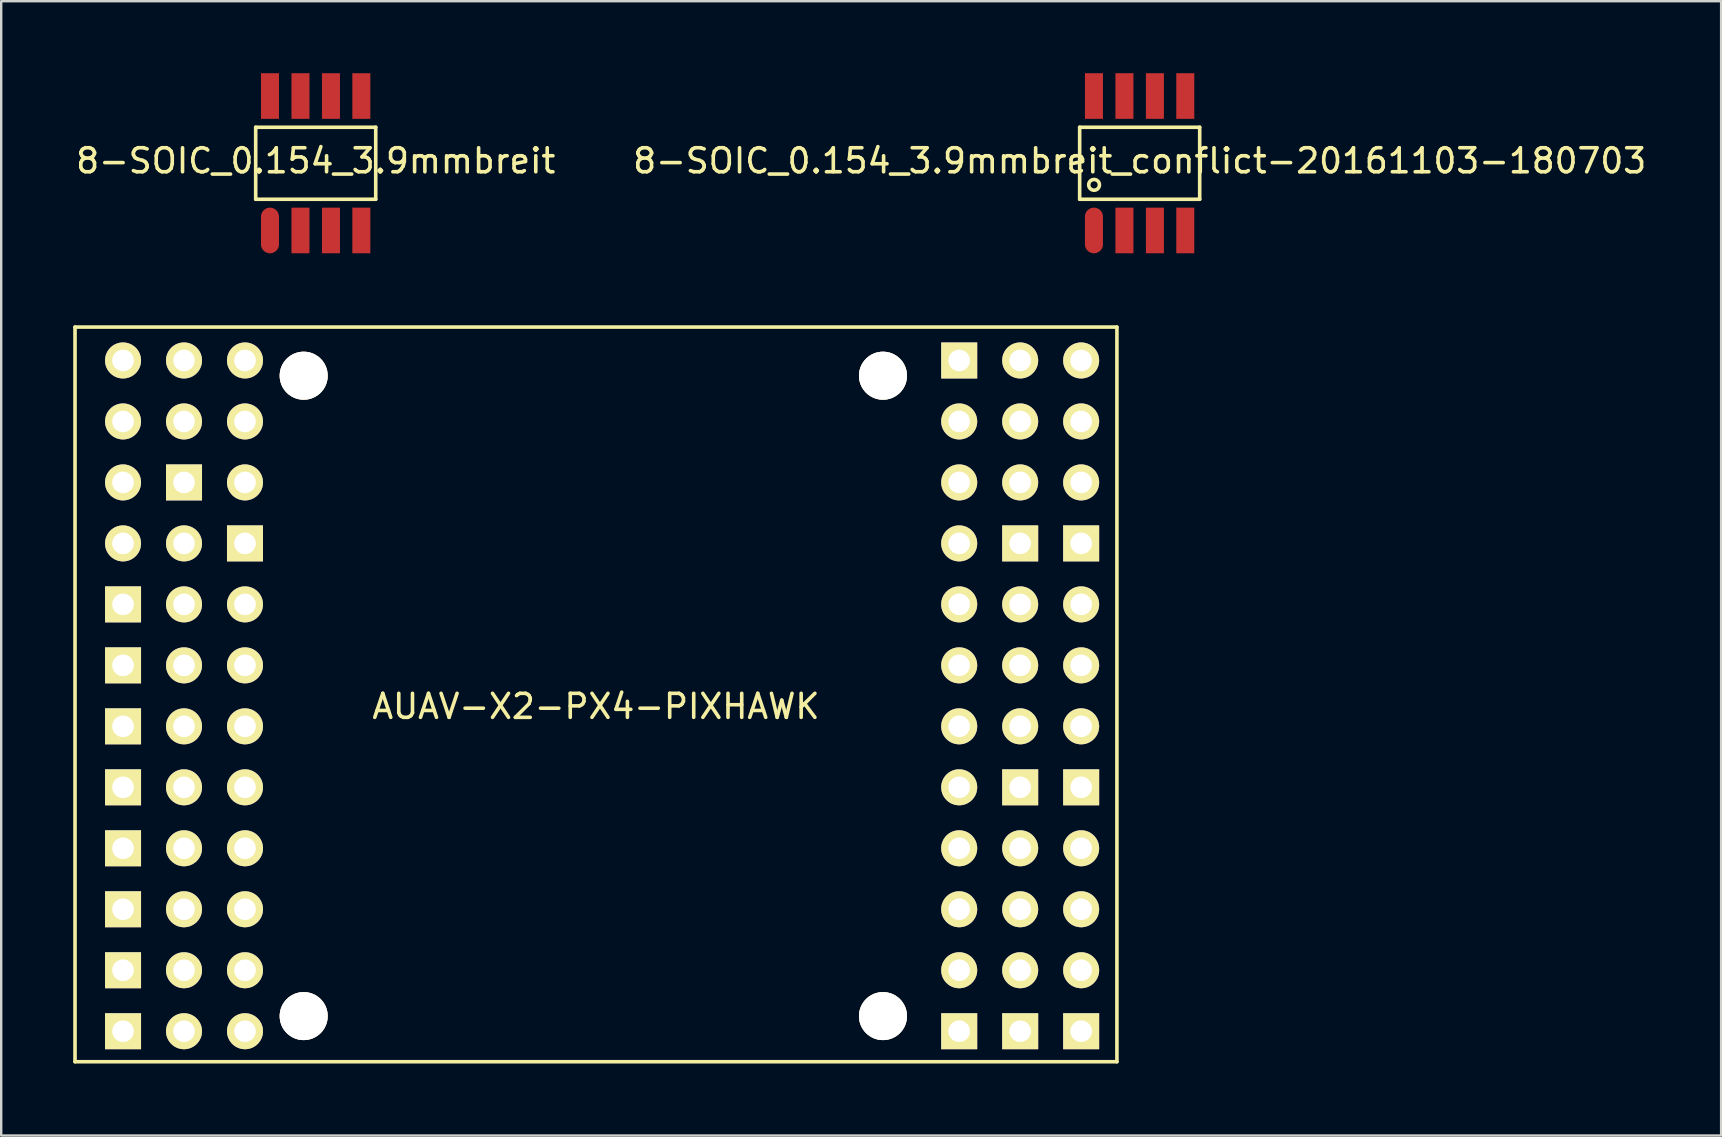
<source format=kicad_pcb>
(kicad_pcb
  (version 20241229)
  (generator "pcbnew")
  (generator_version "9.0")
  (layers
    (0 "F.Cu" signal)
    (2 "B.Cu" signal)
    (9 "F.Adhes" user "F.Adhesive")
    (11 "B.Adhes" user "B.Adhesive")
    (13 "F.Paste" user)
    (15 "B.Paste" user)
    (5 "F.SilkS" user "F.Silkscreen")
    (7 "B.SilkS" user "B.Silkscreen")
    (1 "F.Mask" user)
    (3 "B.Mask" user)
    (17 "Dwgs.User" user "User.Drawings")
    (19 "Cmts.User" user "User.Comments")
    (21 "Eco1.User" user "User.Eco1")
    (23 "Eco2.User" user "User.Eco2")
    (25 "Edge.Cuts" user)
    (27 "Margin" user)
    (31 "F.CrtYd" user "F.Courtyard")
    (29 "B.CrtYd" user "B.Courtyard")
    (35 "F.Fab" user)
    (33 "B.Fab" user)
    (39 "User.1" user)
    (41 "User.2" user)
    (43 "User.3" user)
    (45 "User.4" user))
  (footprint "AUAV-X2-PX4-PIXHAWK"
    (layer "F.Cu")
    (at 21.775 25.875)
    (property "Reference" "AUAV-X2-PX4-PIXHAWK" (at 0 0.5 0) (layer "F.SilkS") (effects (font (size 1 1) (thickness 0.15))))
    (attr through_hole)
    (fp_line (start -21.7 -15.3) (end -21.7 15.3) (stroke (width 0.15) (type solid)) (layer "F.SilkS"))
    (fp_line (start -21.7 -15.3) (end 21.7 -15.3) (stroke (width 0.15) (type solid)) (layer "F.SilkS"))
    (fp_line (start -21.7 15.3) (end 21.7 15.3) (stroke (width 0.15) (type solid)) (layer "F.SilkS"))
    (fp_line (start 21.7 15.3) (end 21.7 -15.3) (stroke (width 0.15) (type solid)) (layer "F.SilkS"))
    (pad "1" thru_hole circle (at -14.62 14.03) (size 1.5 1.5) (drill 0.9) (layers "*.Cu" "*.Mask" "F.SilkS"))
    (pad "2" thru_hole circle (at -17.16 14.03) (size 1.5 1.5) (drill 0.9) (layers "*.Cu" "*.Mask" "F.SilkS"))
    (pad "3" thru_hole rect (at -19.7 14.03) (size 1.5 1.5) (drill 0.9) (layers "*.Cu" "*.Mask" "F.SilkS"))
    (pad "4" thru_hole circle (at -14.62 11.49) (size 1.5 1.5) (drill 0.9) (layers "*.Cu" "*.Mask" "F.SilkS"))
    (pad "5" thru_hole circle (at -17.16 11.49) (size 1.5 1.5) (drill 0.9) (layers "*.Cu" "*.Mask" "F.SilkS"))
    (pad "6" thru_hole rect (at -19.7 11.49) (size 1.5 1.5) (drill 0.9) (layers "*.Cu" "*.Mask" "F.SilkS"))
    (pad "7" thru_hole circle (at -14.62 8.95) (size 1.5 1.5) (drill 0.9) (layers "*.Cu" "*.Mask" "F.SilkS"))
    (pad "8" thru_hole circle (at -17.16 8.95) (size 1.5 1.5) (drill 0.9) (layers "*.Cu" "*.Mask" "F.SilkS"))
    (pad "9" thru_hole rect (at -19.7 8.95) (size 1.5 1.5) (drill 0.9) (layers "*.Cu" "*.Mask" "F.SilkS"))
    (pad "10" thru_hole circle (at -14.62 6.41) (size 1.5 1.5) (drill 0.9) (layers "*.Cu" "*.Mask" "F.SilkS"))
    (pad "11" thru_hole circle (at -17.16 6.41) (size 1.5 1.5) (drill 0.9) (layers "*.Cu" "*.Mask" "F.SilkS"))
    (pad "12" thru_hole rect (at -19.7 6.41) (size 1.5 1.5) (drill 0.9) (layers "*.Cu" "*.Mask" "F.SilkS"))
    (pad "13" thru_hole circle (at -14.62 3.87) (size 1.5 1.5) (drill 0.9) (layers "*.Cu" "*.Mask" "F.SilkS"))
    (pad "14" thru_hole circle (at -17.16 3.87) (size 1.5 1.5) (drill 0.9) (layers "*.Cu" "*.Mask" "F.SilkS"))
    (pad "15" thru_hole rect (at -19.7 3.87) (size 1.5 1.5) (drill 0.9) (layers "*.Cu" "*.Mask" "F.SilkS"))
    (pad "16" thru_hole circle (at -14.62 1.33) (size 1.5 1.5) (drill 0.9) (layers "*.Cu" "*.Mask" "F.SilkS"))
    (pad "17" thru_hole circle (at -17.16 1.33) (size 1.5 1.5) (drill 0.9) (layers "*.Cu" "*.Mask" "F.SilkS"))
    (pad "18" thru_hole rect (at -19.7 1.33) (size 1.5 1.5) (drill 0.9) (layers "*.Cu" "*.Mask" "F.SilkS"))
    (pad "19" thru_hole circle (at -14.62 -1.21) (size 1.5 1.5) (drill 0.9) (layers "*.Cu" "*.Mask" "F.SilkS"))
    (pad "20" thru_hole circle (at -17.16 -1.21) (size 1.5 1.5) (drill 0.9) (layers "*.Cu" "*.Mask" "F.SilkS"))
    (pad "21" thru_hole rect (at -19.7 -1.21) (size 1.5 1.5) (drill 0.9) (layers "*.Cu" "*.Mask" "F.SilkS"))
    (pad "22" thru_hole circle (at -14.62 -3.75) (size 1.5 1.5) (drill 0.9) (layers "*.Cu" "*.Mask" "F.SilkS"))
    (pad "23" thru_hole circle (at -17.16 -3.75) (size 1.5 1.5) (drill 0.9) (layers "*.Cu" "*.Mask" "F.SilkS"))
    (pad "24" thru_hole rect (at -19.7 -3.75) (size 1.5 1.5) (drill 0.9) (layers "*.Cu" "*.Mask" "F.SilkS"))
    (pad "25" thru_hole circle (at -14.62 -13.91) (size 1.5 1.5) (drill 0.9) (layers "*.Cu" "*.Mask" "F.SilkS"))
    (pad "26" thru_hole circle (at -14.62 -11.37) (size 1.5 1.5) (drill 0.9) (layers "*.Cu" "*.Mask" "F.SilkS"))
    (pad "27" thru_hole circle (at -14.62 -8.83) (size 1.5 1.5) (drill 0.9) (layers "*.Cu" "*.Mask" "F.SilkS"))
    (pad "28" thru_hole rect (at -14.62 -6.29) (size 1.5 1.5) (drill 0.9) (layers "*.Cu" "*.Mask" "F.SilkS"))
    (pad "29" thru_hole circle (at -17.16 -11.37) (size 1.5 1.5) (drill 0.9) (layers "*.Cu" "*.Mask" "F.SilkS"))
    (pad "30" thru_hole rect (at -17.16 -8.83) (size 1.5 1.5) (drill 0.9) (layers "*.Cu" "*.Mask" "F.SilkS"))
    (pad "31" thru_hole circle (at -17.16 -6.29) (size 1.5 1.5) (drill 0.9) (layers "*.Cu" "*.Mask" "F.SilkS"))
    (pad "32" thru_hole circle (at -19.7 -11.37) (size 1.5 1.5) (drill 0.9) (layers "*.Cu" "*.Mask" "F.SilkS"))
    (pad "33" thru_hole circle (at -19.7 -8.83) (size 1.5 1.5) (drill 0.9) (layers "*.Cu" "*.Mask" "F.SilkS"))
    (pad "34" thru_hole circle (at -19.7 -6.29) (size 1.5 1.5) (drill 0.9) (layers "*.Cu" "*.Mask" "F.SilkS"))
    (pad "35" thru_hole circle (at -19.7 -13.91) (size 1.5 1.5) (drill 0.9) (layers "*.Cu" "*.Mask" "F.SilkS"))
    (pad "36" thru_hole circle (at -17.16 -13.91) (size 1.5 1.5) (drill 0.9) (layers "*.Cu" "*.Mask" "F.SilkS"))
    (pad "37" thru_hole rect (at 15.13 14.03) (size 1.5 1.5) (drill 0.9) (layers "*.Cu" "*.Mask" "F.SilkS"))
    (pad "38" thru_hole circle (at 15.13 11.49) (size 1.5 1.5) (drill 0.9) (layers "*.Cu" "*.Mask" "F.SilkS"))
    (pad "39" thru_hole circle (at 15.13 8.95) (size 1.5 1.5) (drill 0.9) (layers "*.Cu" "*.Mask" "F.SilkS"))
    (pad "40" thru_hole circle (at 15.13 6.41) (size 1.5 1.5) (drill 0.9) (layers "*.Cu" "*.Mask" "F.SilkS"))
    (pad "41" thru_hole circle (at 15.13 3.87) (size 1.5 1.5) (drill 0.9) (layers "*.Cu" "*.Mask" "F.SilkS"))
    (pad "42" thru_hole circle (at 15.13 1.33) (size 1.5 1.5) (drill 0.9) (layers "*.Cu" "*.Mask" "F.SilkS"))
    (pad "43" thru_hole circle (at 15.13 -1.21) (size 1.5 1.5) (drill 0.9) (layers "*.Cu" "*.Mask" "F.SilkS"))
    (pad "44" thru_hole circle (at 15.13 -3.75) (size 1.5 1.5) (drill 0.9) (layers "*.Cu" "*.Mask" "F.SilkS"))
    (pad "45" thru_hole circle (at 15.13 -6.29) (size 1.5 1.5) (drill 0.9) (layers "*.Cu" "*.Mask" "F.SilkS"))
    (pad "46" thru_hole circle (at 15.13 -8.83) (size 1.5 1.5) (drill 0.9) (layers "*.Cu" "*.Mask" "F.SilkS"))
    (pad "47" thru_hole circle (at 15.13 -11.37) (size 1.5 1.5) (drill 0.9) (layers "*.Cu" "*.Mask" "F.SilkS"))
    (pad "48" thru_hole rect (at 15.13 -13.91) (size 1.5 1.5) (drill 0.9) (layers "*.Cu" "*.Mask" "F.SilkS"))
    (pad "49" thru_hole rect (at 17.67 14.03) (size 1.5 1.5) (drill 0.9) (layers "*.Cu" "*.Mask" "F.SilkS"))
    (pad "50" thru_hole circle (at 17.67 11.49) (size 1.5 1.5) (drill 0.9) (layers "*.Cu" "*.Mask" "F.SilkS"))
    (pad "51" thru_hole circle (at 17.67 8.95) (size 1.5 1.5) (drill 0.9) (layers "*.Cu" "*.Mask" "F.SilkS"))
    (pad "52" thru_hole circle (at 17.67 6.41) (size 1.5 1.5) (drill 0.9) (layers "*.Cu" "*.Mask" "F.SilkS"))
    (pad "53" thru_hole rect (at 17.67 3.87) (size 1.5 1.5) (drill 0.9) (layers "*.Cu" "*.Mask" "F.SilkS"))
    (pad "54" thru_hole circle (at 17.67 1.33) (size 1.5 1.5) (drill 0.9) (layers "*.Cu" "*.Mask" "F.SilkS"))
    (pad "55" thru_hole circle (at 17.67 -1.21) (size 1.5 1.5) (drill 0.9) (layers "*.Cu" "*.Mask" "F.SilkS"))
    (pad "56" thru_hole circle (at 17.67 -3.75) (size 1.5 1.5) (drill 0.9) (layers "*.Cu" "*.Mask" "F.SilkS"))
    (pad "57" thru_hole rect (at 17.67 -6.29) (size 1.5 1.5) (drill 0.9) (layers "*.Cu" "*.Mask" "F.SilkS"))
    (pad "58" thru_hole circle (at 17.67 -8.83) (size 1.5 1.5) (drill 0.9) (layers "*.Cu" "*.Mask" "F.SilkS"))
    (pad "59" thru_hole circle (at 17.67 -11.37) (size 1.5 1.5) (drill 0.9) (layers "*.Cu" "*.Mask" "F.SilkS"))
    (pad "60" thru_hole circle (at 17.67 -13.91) (size 1.5 1.5) (drill 0.9) (layers "*.Cu" "*.Mask" "F.SilkS"))
    (pad "61" thru_hole rect (at 20.21 14.03) (size 1.5 1.5) (drill 0.9) (layers "*.Cu" "*.Mask" "F.SilkS"))
    (pad "62" thru_hole circle (at 20.21 11.49) (size 1.5 1.5) (drill 0.9) (layers "*.Cu" "*.Mask" "F.SilkS"))
    (pad "63" thru_hole circle (at 20.21 8.95) (size 1.5 1.5) (drill 0.9) (layers "*.Cu" "*.Mask" "F.SilkS"))
    (pad "64" thru_hole circle (at 20.21 6.41) (size 1.5 1.5) (drill 0.9) (layers "*.Cu" "*.Mask" "F.SilkS"))
    (pad "65" thru_hole rect (at 20.21 3.87) (size 1.5 1.5) (drill 0.9) (layers "*.Cu" "*.Mask" "F.SilkS"))
    (pad "66" thru_hole circle (at 20.21 1.33) (size 1.5 1.5) (drill 0.9) (layers "*.Cu" "*.Mask" "F.SilkS"))
    (pad "67" thru_hole circle (at 20.21 -1.21) (size 1.5 1.5) (drill 0.9) (layers "*.Cu" "*.Mask" "F.SilkS"))
    (pad "68" thru_hole circle (at 20.21 -3.75) (size 1.5 1.5) (drill 0.9) (layers "*.Cu" "*.Mask" "F.SilkS"))
    (pad "69" thru_hole rect (at 20.21 -6.29) (size 1.5 1.5) (drill 0.9) (layers "*.Cu" "*.Mask" "F.SilkS"))
    (pad "70" thru_hole circle (at 20.21 -8.83) (size 1.5 1.5) (drill 0.9) (layers "*.Cu" "*.Mask" "F.SilkS"))
    (pad "71" thru_hole circle (at 20.21 -11.37) (size 1.5 1.5) (drill 0.9) (layers "*.Cu" "*.Mask" "F.SilkS"))
    (pad "72" thru_hole circle (at 20.21 -13.91) (size 1.5 1.5) (drill 0.9) (layers "*.Cu" "*.Mask" "F.SilkS"))
    (pad "73" thru_hole circle (at -12.175 -13.275) (size 2 2) (drill 2) (layers "*.Cu" "*.Mask" "F.SilkS"))
    (pad "74" thru_hole circle (at 11.955 -13.275) (size 2 2) (drill 2) (layers "*.Cu" "*.Mask" "F.SilkS"))
    (pad "75" thru_hole circle (at -12.175 13.4) (size 2 2) (drill 2) (layers "*.Cu" "*.Mask" "F.SilkS"))
    (pad "76" thru_hole circle (at 11.955 13.4) (size 2 2) (drill 2) (layers "*.Cu" "*.Mask" "F.SilkS")))
  (footprint "8-SOIC_0.154_3.9mmbreit_conflict-20161103-180703"
    (layer "F.Cu")
    (at 44.423 3.75)
    (property "Reference" "8-SOIC_0.154_3.9mmbreit_conflict-20161103-180703" (at 0 -0.1 0) (layer "F.SilkS") (effects (font (size 1 1) (thickness 0.15))))
    (attr through_hole)
    (fp_line (start -2.5 -1.5) (end -2.5 1.5) (stroke (width 0.15) (type solid)) (layer "F.SilkS"))
    (fp_line (start -2.5 1.5) (end 2.5 1.5) (stroke (width 0.15) (type solid)) (layer "F.SilkS"))
    (fp_line (start 2.5 -1.5) (end -2.5 -1.5) (stroke (width 0.15) (type solid)) (layer "F.SilkS"))
    (fp_line (start 2.5 1.5) (end 2.5 -1.5) (stroke (width 0.15) (type solid)) (layer "F.SilkS"))
    (fp_circle (center -1.9 0.9) (end -1.7 1) (stroke (width 0.15) (type solid)) (fill no) (layer "F.SilkS"))
    (pad "1" smd oval (at -1.905 2.8) (size 0.75 1.9) (layers "F.Cu" "F.Mask" "F.Paste"))
    (pad "2" smd rect (at -0.635 2.8) (size 0.75 1.9) (layers "F.Cu" "F.Mask" "F.Paste"))
    (pad "3" smd rect (at 0.635 2.8) (size 0.75 1.9) (layers "F.Cu" "F.Mask" "F.Paste"))
    (pad "4" smd rect (at 1.9 2.8) (size 0.75 1.9) (layers "F.Cu" "F.Mask" "F.Paste"))
    (pad "5" smd rect (at 1.9 -2.8) (size 0.75 1.9) (layers "F.Cu" "F.Mask" "F.Paste"))
    (pad "6" smd rect (at 0.635 -2.8) (size 0.75 1.9) (layers "F.Cu" "F.Mask" "F.Paste"))
    (pad "7" smd rect (at -0.635 -2.8) (size 0.75 1.9) (layers "F.Cu" "F.Mask" "F.Paste"))
    (pad "8" smd rect (at -1.905 -2.8) (size 0.75 1.9) (layers "F.Cu" "F.Mask" "F.Paste")))
  (footprint "8-SOIC_0.154_3.9mmbreit"
    (layer "F.Cu")
    (at 10.101 3.75)
    (property "Reference" "8-SOIC_0.154_3.9mmbreit" (at 0 -0.1 0) (layer "F.SilkS") (effects (font (size 1 1) (thickness 0.15))))
    (attr through_hole)
    (fp_line (start -2.5 -1.5) (end -2.5 1.5) (stroke (width 0.15) (type solid)) (layer "F.SilkS"))
    (fp_line (start -2.5 1.5) (end 2.5 1.5) (stroke (width 0.15) (type solid)) (layer "F.SilkS"))
    (fp_line (start 2.5 -1.5) (end -2.5 -1.5) (stroke (width 0.15) (type solid)) (layer "F.SilkS"))
    (fp_line (start 2.5 1.5) (end 2.5 -1.5) (stroke (width 0.15) (type solid)) (layer "F.SilkS"))
    (pad "1" smd oval (at -1.905 2.8) (size 0.75 1.9) (layers "F.Cu" "F.Mask" "F.Paste"))
    (pad "2" smd rect (at -0.635 2.8) (size 0.75 1.9) (layers "F.Cu" "F.Mask" "F.Paste"))
    (pad "3" smd rect (at 0.635 2.8) (size 0.75 1.9) (layers "F.Cu" "F.Mask" "F.Paste"))
    (pad "4" smd rect (at 1.9 2.8) (size 0.75 1.9) (layers "F.Cu" "F.Mask" "F.Paste"))
    (pad "5" smd rect (at 1.9 -2.8) (size 0.75 1.9) (layers "F.Cu" "F.Mask" "F.Paste"))
    (pad "6" smd rect (at 0.635 -2.8) (size 0.75 1.9) (layers "F.Cu" "F.Mask" "F.Paste"))
    (pad "7" smd rect (at -0.635 -2.8) (size 0.75 1.9) (layers "F.Cu" "F.Mask" "F.Paste"))
    (pad "8" smd rect (at -1.905 -2.8) (size 0.75 1.9) (layers "F.Cu" "F.Mask" "F.Paste")))
  (gr_rect
    (start -3 -3)
    (end 68.643 44.25)
    (stroke (width 0.1) (type default))
    (fill no)
    (layer "Edge.Cuts")))
</source>
